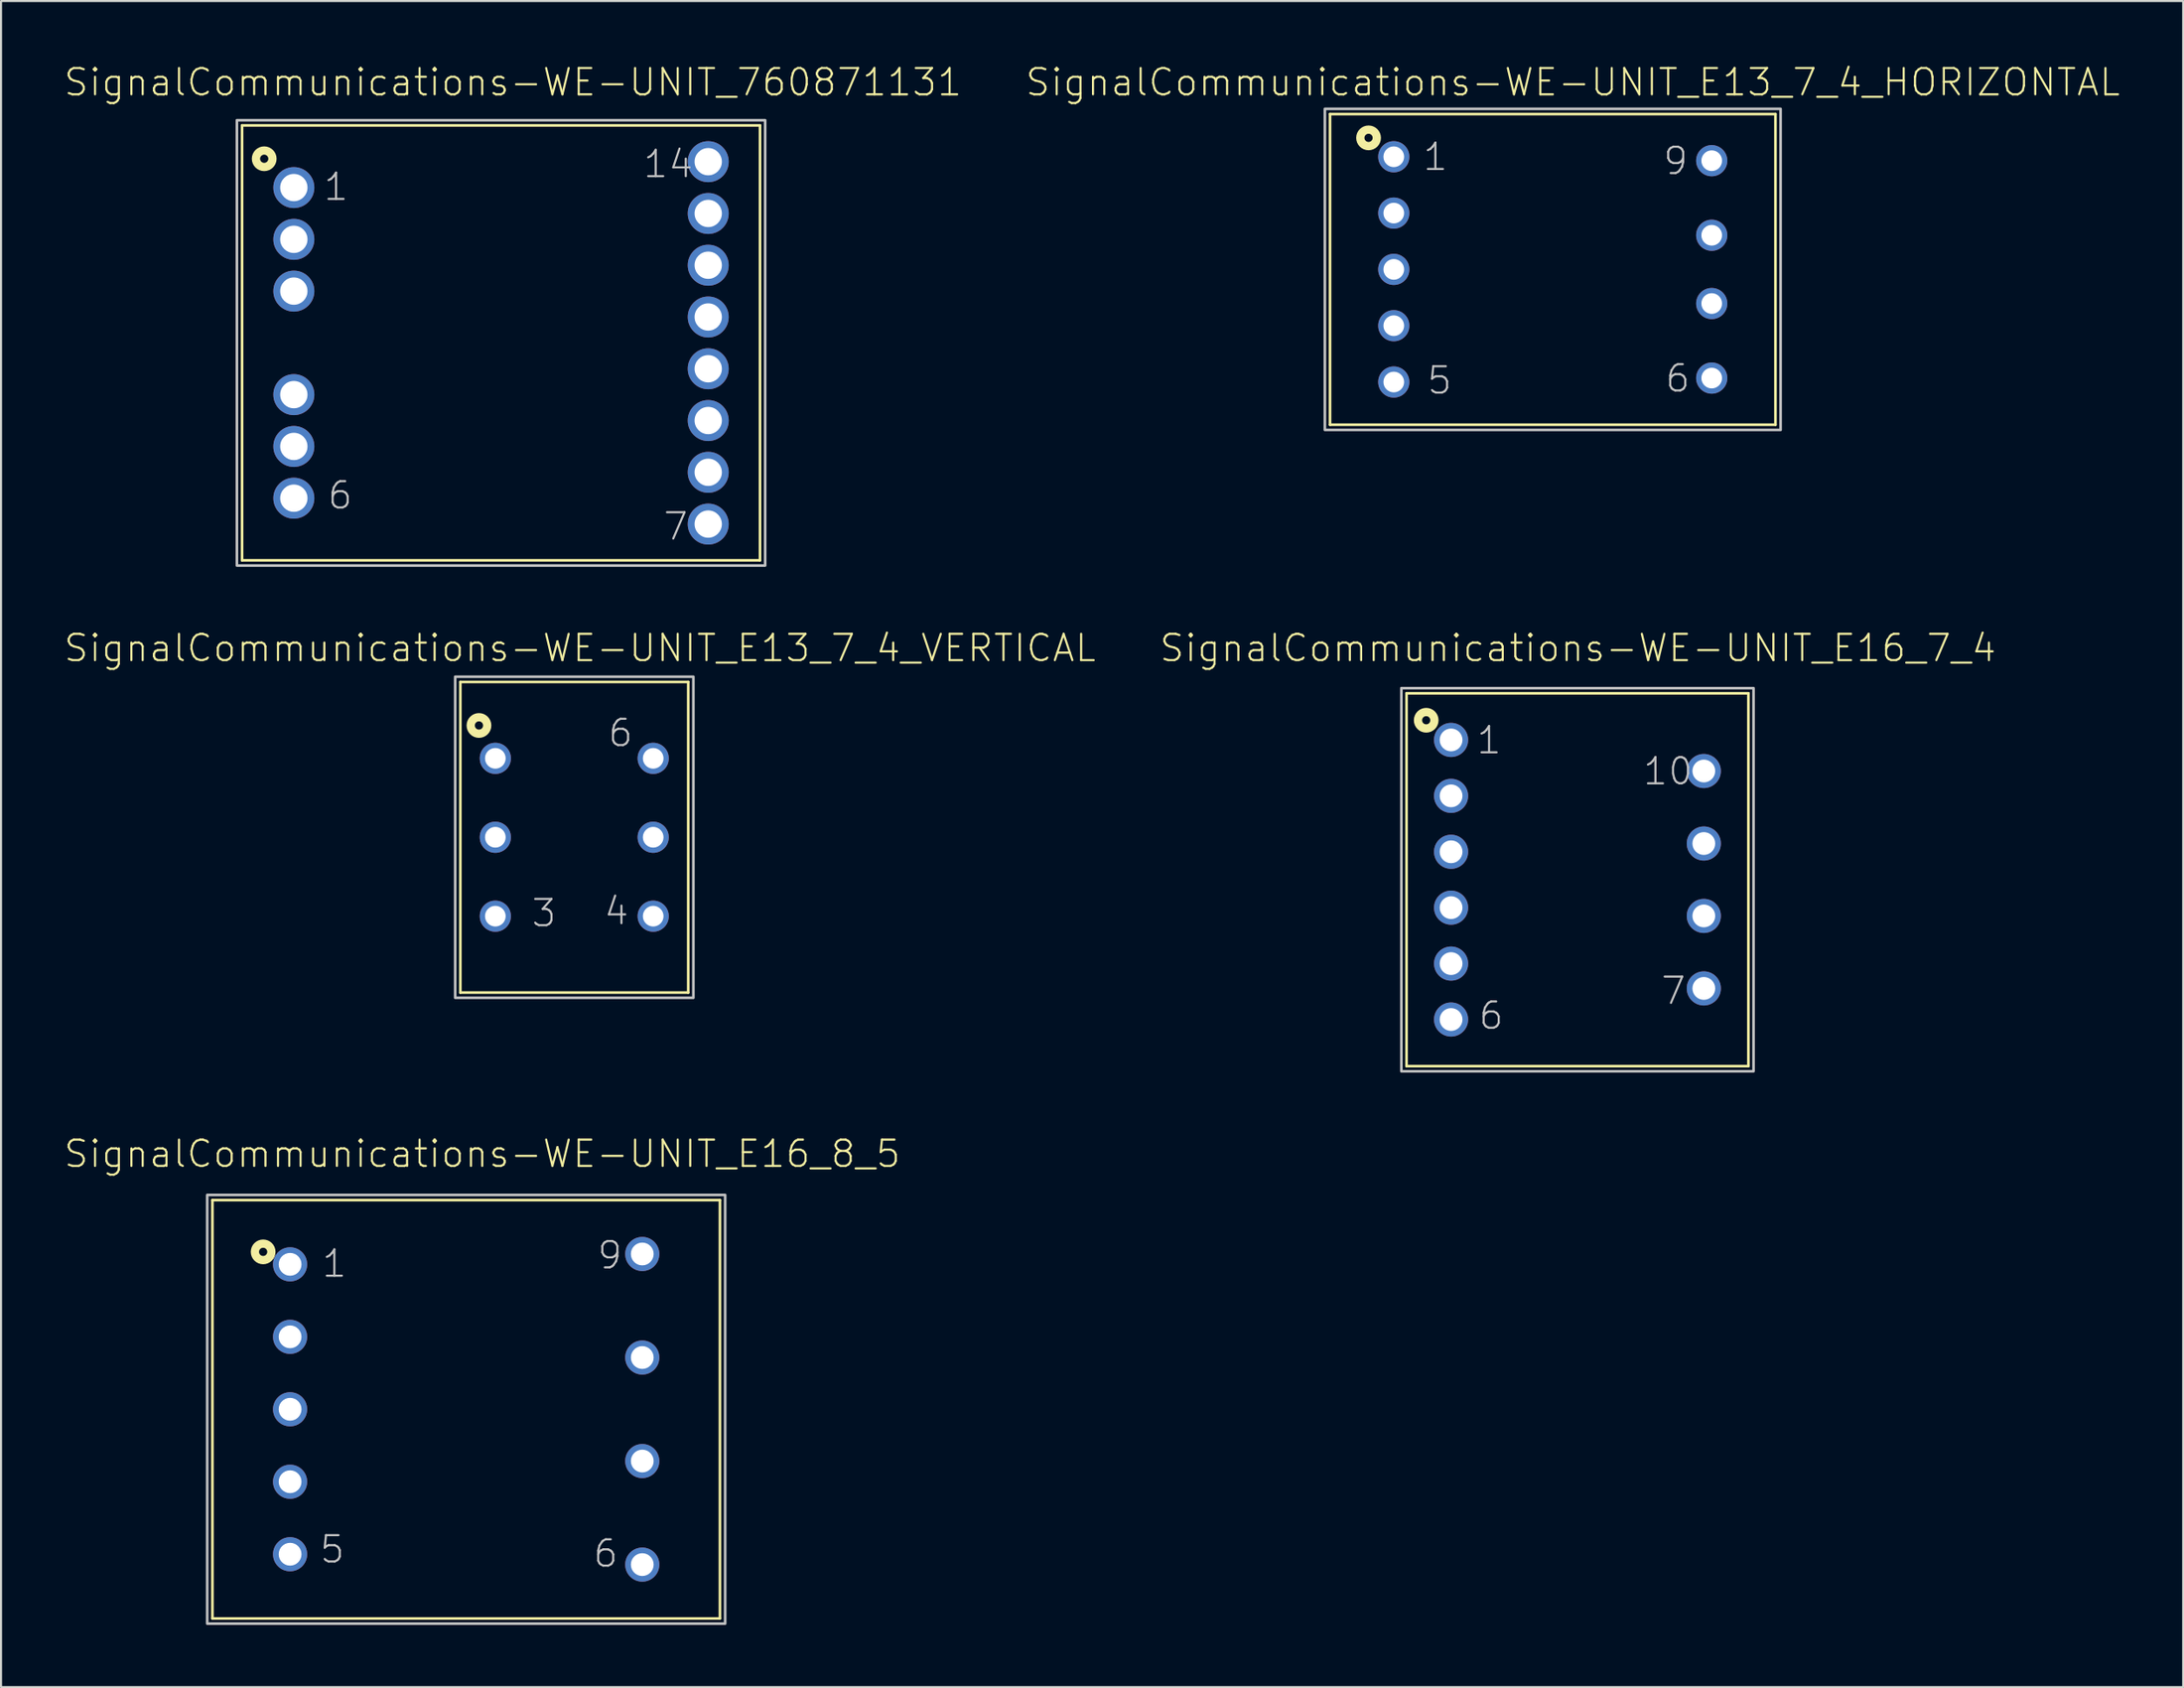
<source format=kicad_pcb>
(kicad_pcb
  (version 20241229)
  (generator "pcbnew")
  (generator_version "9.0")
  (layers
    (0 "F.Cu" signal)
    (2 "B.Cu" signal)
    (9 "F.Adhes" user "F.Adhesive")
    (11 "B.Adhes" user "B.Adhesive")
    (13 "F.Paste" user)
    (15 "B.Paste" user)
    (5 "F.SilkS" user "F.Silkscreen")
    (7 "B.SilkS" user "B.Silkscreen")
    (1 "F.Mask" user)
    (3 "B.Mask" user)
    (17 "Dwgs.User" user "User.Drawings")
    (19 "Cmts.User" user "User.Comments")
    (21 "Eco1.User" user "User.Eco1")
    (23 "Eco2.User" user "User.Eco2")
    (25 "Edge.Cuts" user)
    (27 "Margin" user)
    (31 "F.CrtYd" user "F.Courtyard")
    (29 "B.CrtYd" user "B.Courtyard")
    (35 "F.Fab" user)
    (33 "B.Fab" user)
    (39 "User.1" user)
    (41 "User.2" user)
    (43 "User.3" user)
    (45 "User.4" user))
  (footprint "SignalCommunications-WE-UNIT_E16_7_4"
    (layer "F.Cu")
    (at 73.085 39.422)
    (property "Reference" "SignalCommunications-WE-UNIT_E16_7_4" (at 0.023 -11.184 0) (layer "F.SilkS") (effects (font (size 1.27 1.27) (thickness 0.102))))
    (attr exclude_from_pos_files exclude_from_bom)
    (fp_line (start -8.25 -8.999) (end 8.25 -8.999) (stroke (width 0.127) (type solid)) (layer "F.SilkS"))
    (fp_line (start -8.25 8.999) (end -8.25 -8.999) (stroke (width 0.127) (type solid)) (layer "F.SilkS"))
    (fp_line (start -8.25 8.999) (end 8.25 8.999) (stroke (width 0.127) (type solid)) (layer "F.SilkS"))
    (fp_line (start 8.25 8.999) (end 8.25 -8.999) (stroke (width 0.127) (type solid)) (layer "F.SilkS"))
    (fp_circle (center -7.3 -7.699) (end -7.3 -7.897) (stroke (width 0.399) (type solid)) (fill no) (layer "F.SilkS"))
    (fp_poly (pts (xy -8.499 -9.248) (xy 8.499 -9.248) (xy 8.499 9.248) (xy -8.499 9.248) (xy -8.499 -9.248)) (stroke (width 0.127) (type solid)) (fill no) (layer "Dwgs.User"))
    (fp_text user "10" (at 4.369 -5.235 0) (layer "Dwgs.User") (effects (font (size 1.27 1.27) (thickness 0.102))))
    (fp_text user "1" (at -4.265 -6.734 0) (layer "Dwgs.User") (effects (font (size 1.27 1.27) (thickness 0.102))))
    (fp_text user "6" (at -4.163 6.563 0) (layer "Dwgs.User") (effects (font (size 1.27 1.27) (thickness 0.102))))
    (fp_text user "7" (at 4.633 5.364 0) (layer "Dwgs.User") (effects (font (size 1.27 1.27) (thickness 0.102))))
    (pad "1" thru_hole circle (at -6.099 -6.749) (size 1.648 1.648) (drill 1.1) (layers "*.Cu" "*.Paste" "*.Mask"))
    (pad "2" thru_hole circle (at -6.099 -4.049) (size 1.648 1.648) (drill 1.1) (layers "*.Cu" "*.Paste" "*.Mask"))
    (pad "3" thru_hole circle (at -6.099 -1.349) (size 1.648 1.648) (drill 1.1) (layers "*.Cu" "*.Paste" "*.Mask"))
    (pad "4" thru_hole circle (at -6.099 1.349) (size 1.648 1.648) (drill 1.1) (layers "*.Cu" "*.Paste" "*.Mask"))
    (pad "5" thru_hole circle (at -6.099 4.049) (size 1.648 1.648) (drill 1.1) (layers "*.Cu" "*.Paste" "*.Mask"))
    (pad "6" thru_hole circle (at -6.099 6.749) (size 1.648 1.648) (drill 1.1) (layers "*.Cu" "*.Paste" "*.Mask"))
    (pad "7" thru_hole circle (at 6.099 5.248) (size 1.648 1.648) (drill 1.1) (layers "*.Cu" "*.Paste" "*.Mask"))
    (pad "8" thru_hole circle (at 6.099 1.748) (size 1.648 1.648) (drill 1.1) (layers "*.Cu" "*.Paste" "*.Mask"))
    (pad "9" thru_hole circle (at 6.099 -1.748) (size 1.648 1.648) (drill 1.1) (layers "*.Cu" "*.Paste" "*.Mask"))
    (pad "10" thru_hole circle (at 6.099 -5.248) (size 1.648 1.648) (drill 1.1) (layers "*.Cu" "*.Paste" "*.Mask")))
  (footprint "SignalCommunications-WE-UNIT_E13_7_4_VERTICAL"
    (layer "F.Cu")
    (at 24.667 37.372)
    (property "Reference" "SignalCommunications-WE-UNIT_E13_7_4_VERTICAL" (at 0.274 -9.134 0) (layer "F.SilkS") (effects (font (size 1.27 1.27) (thickness 0.102))))
    (attr exclude_from_pos_files exclude_from_bom)
    (fp_line (start -5.499 -7.498) (end -5.499 7.498) (stroke (width 0.127) (type solid)) (layer "F.SilkS"))
    (fp_line (start 5.499 -7.498) (end -5.499 -7.498) (stroke (width 0.127) (type solid)) (layer "F.SilkS"))
    (fp_line (start 5.499 -7.498) (end 5.499 7.498) (stroke (width 0.127) (type solid)) (layer "F.SilkS"))
    (fp_line (start 5.499 7.498) (end -5.499 7.498) (stroke (width 0.127) (type solid)) (layer "F.SilkS"))
    (fp_circle (center -4.6 -5.397) (end -4.6 -5.596) (stroke (width 0.399) (type solid)) (fill no) (layer "F.SilkS"))
    (fp_poly (pts (xy 5.748 -7.75) (xy 5.748 7.75) (xy -5.748 7.75) (xy -5.748 -7.75) (xy 5.748 -7.75)) (stroke (width 0.127) (type solid)) (fill no) (layer "Dwgs.User"))
    (fp_text user "6" (at 2.233 -5.034 0) (layer "Dwgs.User") (effects (font (size 1.27 1.27) (thickness 0.102))))
    (fp_text user "3" (at -1.463 3.663 0) (layer "Dwgs.User") (effects (font (size 1.27 1.27) (thickness 0.102))))
    (fp_text user "4" (at 2.035 3.564 0) (layer "Dwgs.User") (effects (font (size 1.27 1.27) (thickness 0.102))))
    (pad "1" thru_hole circle (at -3.81 -3.81) (size 1.506 1.506) (drill 0.998) (layers "*.Cu" "*.Paste" "*.Mask"))
    (pad "2" thru_hole circle (at -3.81 0) (size 1.506 1.506) (drill 0.998) (layers "*.Cu" "*.Paste" "*.Mask"))
    (pad "3" thru_hole circle (at -3.81 3.81) (size 1.506 1.506) (drill 0.998) (layers "*.Cu" "*.Paste" "*.Mask"))
    (pad "4" thru_hole circle (at 3.81 3.81) (size 1.506 1.506) (drill 0.998) (layers "*.Cu" "*.Paste" "*.Mask"))
    (pad "5" thru_hole circle (at 3.81 0) (size 1.506 1.506) (drill 0.998) (layers "*.Cu" "*.Paste" "*.Mask"))
    (pad "6" thru_hole circle (at 3.81 -3.81) (size 1.506 1.506) (drill 0.998) (layers "*.Cu" "*.Paste" "*.Mask")))
  (footprint "SignalCommunications-WE-UNIT_E16_8_5"
    (layer "F.Cu")
    (at 19.45 64.989)
    (property "Reference" "SignalCommunications-WE-UNIT_E16_8_5" (at 0.775 -12.334 0) (layer "F.SilkS") (effects (font (size 1.27 1.27) (thickness 0.102))))
    (attr exclude_from_pos_files exclude_from_bom)
    (fp_line (start -12.248 -10.099) (end -12.248 10.099) (stroke (width 0.127) (type solid)) (layer "F.SilkS"))
    (fp_line (start -12.248 -10.099) (end 12.248 -10.099) (stroke (width 0.127) (type solid)) (layer "F.SilkS"))
    (fp_line (start -12.248 10.099) (end 12.248 10.099) (stroke (width 0.127) (type solid)) (layer "F.SilkS"))
    (fp_line (start 12.248 -10.099) (end 12.248 10.099) (stroke (width 0.127) (type solid)) (layer "F.SilkS"))
    (fp_circle (center -9.799 -7.6) (end -9.799 -7.798) (stroke (width 0.399) (type solid)) (fill no) (layer "F.SilkS"))
    (fp_poly (pts (xy -12.499 -10.348) (xy 12.499 -10.348) (xy 12.499 10.348) (xy -12.499 10.348) (xy -12.499 -10.348)) (stroke (width 0.127) (type solid)) (fill no) (layer "Dwgs.User"))
    (fp_text user "5" (at -6.464 6.764 0) (layer "Dwgs.User") (effects (font (size 1.27 1.27) (thickness 0.102))))
    (fp_text user "6" (at 6.734 6.965 0) (layer "Dwgs.User") (effects (font (size 1.27 1.27) (thickness 0.102))))
    (fp_text user "9" (at 6.934 -7.435 0) (layer "Dwgs.User") (effects (font (size 1.27 1.27) (thickness 0.102))))
    (fp_text user "1" (at -6.363 -7.033 0) (layer "Dwgs.User") (effects (font (size 1.27 1.27) (thickness 0.102))))
    (pad "1" thru_hole circle (at -8.499 -6.998) (size 1.648 1.648) (drill 1.1) (layers "*.Cu" "*.Paste" "*.Mask"))
    (pad "2" thru_hole circle (at -8.499 -3.498) (size 1.648 1.648) (drill 1.1) (layers "*.Cu" "*.Paste" "*.Mask"))
    (pad "3" thru_hole circle (at -8.499 0) (size 1.648 1.648) (drill 1.1) (layers "*.Cu" "*.Paste" "*.Mask"))
    (pad "4" thru_hole circle (at -8.499 3.498) (size 1.648 1.648) (drill 1.1) (layers "*.Cu" "*.Paste" "*.Mask"))
    (pad "5" thru_hole circle (at -8.499 6.998) (size 1.648 1.648) (drill 1.1) (layers "*.Cu" "*.Paste" "*.Mask"))
    (pad "6" thru_hole circle (at 8.499 7.498) (size 1.648 1.648) (drill 1.1) (layers "*.Cu" "*.Paste" "*.Mask"))
    (pad "7" thru_hole circle (at 8.499 2.499) (size 1.648 1.648) (drill 1.1) (layers "*.Cu" "*.Paste" "*.Mask"))
    (pad "8" thru_hole circle (at 8.499 -2.499) (size 1.648 1.648) (drill 1.1) (layers "*.Cu" "*.Paste" "*.Mask"))
    (pad "9" thru_hole circle (at 8.499 -7.498) (size 1.648 1.648) (drill 1.1) (layers "*.Cu" "*.Paste" "*.Mask")))
  (footprint "SignalCommunications-WE-UNIT_E13_7_4_HORIZONTAL"
    (layer "F.Cu")
    (at 71.893 9.956)
    (property "Reference" "SignalCommunications-WE-UNIT_E13_7_4_HORIZONTAL" (at 0.973 -9.035 0) (layer "F.SilkS") (effects (font (size 1.27 1.27) (thickness 0.102))))
    (attr exclude_from_pos_files exclude_from_bom)
    (fp_line (start -10.749 -7.498) (end -10.749 7.498) (stroke (width 0.127) (type solid)) (layer "F.SilkS"))
    (fp_line (start -10.749 -7.498) (end 10.749 -7.498) (stroke (width 0.127) (type solid)) (layer "F.SilkS"))
    (fp_line (start -10.749 7.498) (end 10.749 7.498) (stroke (width 0.127) (type solid)) (layer "F.SilkS"))
    (fp_line (start 10.749 -7.498) (end 10.749 7.498) (stroke (width 0.127) (type solid)) (layer "F.SilkS"))
    (fp_circle (center -8.89 -6.35) (end -8.89 -6.548) (stroke (width 0.399) (type solid)) (fill no) (layer "F.SilkS"))
    (fp_poly (pts (xy -10.998 -7.75) (xy 10.998 -7.75) (xy 10.998 7.75) (xy -10.998 7.75) (xy -10.998 -7.75)) (stroke (width 0.127) (type solid)) (fill no) (layer "Dwgs.User"))
    (fp_text user "9" (at 5.933 -5.235 0) (layer "Dwgs.User") (effects (font (size 1.27 1.27) (thickness 0.102))))
    (fp_text user "5" (at -5.464 5.364 0) (layer "Dwgs.User") (effects (font (size 1.27 1.27) (thickness 0.102))))
    (fp_text user "6" (at 6.032 5.263 0) (layer "Dwgs.User") (effects (font (size 1.27 1.27) (thickness 0.102))))
    (fp_text user "1" (at -5.664 -5.433 0) (layer "Dwgs.User") (effects (font (size 1.27 1.27) (thickness 0.102))))
    (pad "1" thru_hole circle (at -7.673 -5.438) (size 1.506 1.506) (drill 0.998) (layers "*.Cu" "*.Paste" "*.Mask"))
    (pad "2" thru_hole circle (at -7.673 -2.718) (size 1.506 1.506) (drill 0.998) (layers "*.Cu" "*.Paste" "*.Mask"))
    (pad "3" thru_hole circle (at -7.673 0) (size 1.506 1.506) (drill 0.998) (layers "*.Cu" "*.Paste" "*.Mask"))
    (pad "4" thru_hole circle (at -7.673 2.718) (size 1.506 1.506) (drill 0.998) (layers "*.Cu" "*.Paste" "*.Mask"))
    (pad "5" thru_hole circle (at -7.673 5.438) (size 1.506 1.506) (drill 0.998) (layers "*.Cu" "*.Paste" "*.Mask"))
    (pad "6" thru_hole circle (at 7.673 5.248) (size 1.506 1.506) (drill 0.998) (layers "*.Cu" "*.Paste" "*.Mask"))
    (pad "7" thru_hole circle (at 7.673 1.648) (size 1.506 1.506) (drill 0.998) (layers "*.Cu" "*.Paste" "*.Mask"))
    (pad "8" thru_hole circle (at 7.673 -1.648) (size 1.506 1.506) (drill 0.998) (layers "*.Cu" "*.Paste" "*.Mask"))
    (pad "9" thru_hole circle (at 7.673 -5.248) (size 1.506 1.506) (drill 0.998) (layers "*.Cu" "*.Paste" "*.Mask")))
  (footprint "SignalCommunications-WE-UNIT_760871131"
    (layer "F.Cu")
    (at 21.132 13.504)
    (property "Reference" "SignalCommunications-WE-UNIT_760871131" (at 0.574 -12.583 0) (layer "F.SilkS") (effects (font (size 1.27 1.27) (thickness 0.102))))
    (attr exclude_from_pos_files exclude_from_bom)
    (fp_line (start -12.499 -10.498) (end -12.499 10.498) (stroke (width 0.127) (type solid)) (layer "F.SilkS"))
    (fp_line (start -12.499 -10.498) (end 12.499 -10.498) (stroke (width 0.127) (type solid)) (layer "F.SilkS"))
    (fp_line (start -12.499 10.498) (end 12.499 10.498) (stroke (width 0.127) (type solid)) (layer "F.SilkS"))
    (fp_line (start 12.499 -10.498) (end 12.499 10.498) (stroke (width 0.127) (type solid)) (layer "F.SilkS"))
    (fp_circle (center -11.43 -8.89) (end -11.43 -9.088) (stroke (width 0.399) (type solid)) (fill no) (layer "F.SilkS"))
    (fp_poly (pts (xy -12.748 -10.749) (xy 12.748 -10.749) (xy 12.748 10.749) (xy -12.748 10.749) (xy -12.748 -10.749)) (stroke (width 0.127) (type solid)) (fill no) (layer "Dwgs.User"))
    (fp_text user "14" (at 8.07 -8.633 0) (layer "Dwgs.User") (effects (font (size 1.27 1.27) (thickness 0.102))))
    (fp_text user "7" (at 8.433 8.865 0) (layer "Dwgs.User") (effects (font (size 1.27 1.27) (thickness 0.102))))
    (fp_text user "1" (at -7.963 -7.534 0) (layer "Dwgs.User") (effects (font (size 1.27 1.27) (thickness 0.102))))
    (fp_text user "6" (at -7.765 7.363 0) (layer "Dwgs.User") (effects (font (size 1.27 1.27) (thickness 0.102))))
    (pad "1" thru_hole circle (at -10 -7.498) (size 1.979 1.979) (drill 1.318) (layers "*.Cu" "*.Paste" "*.Mask"))
    (pad "2" thru_hole circle (at -10 -4.999) (size 1.979 1.979) (drill 1.318) (layers "*.Cu" "*.Paste" "*.Mask"))
    (pad "3" thru_hole circle (at -10 -2.499) (size 1.979 1.979) (drill 1.318) (layers "*.Cu" "*.Paste" "*.Mask"))
    (pad "4" thru_hole circle (at -10 2.499) (size 1.979 1.979) (drill 1.318) (layers "*.Cu" "*.Paste" "*.Mask"))
    (pad "5" thru_hole circle (at -10 4.999) (size 1.979 1.979) (drill 1.318) (layers "*.Cu" "*.Paste" "*.Mask"))
    (pad "6" thru_hole circle (at -10 7.498) (size 1.979 1.979) (drill 1.318) (layers "*.Cu" "*.Paste" "*.Mask"))
    (pad "7" thru_hole circle (at 10 8.748) (size 1.979 1.979) (drill 1.318) (layers "*.Cu" "*.Paste" "*.Mask"))
    (pad "8" thru_hole circle (at 10 6.248) (size 1.979 1.979) (drill 1.318) (layers "*.Cu" "*.Paste" "*.Mask"))
    (pad "9" thru_hole circle (at 10 3.749) (size 1.979 1.979) (drill 1.318) (layers "*.Cu" "*.Paste" "*.Mask"))
    (pad "10" thru_hole circle (at 10 1.25) (size 1.979 1.979) (drill 1.318) (layers "*.Cu" "*.Paste" "*.Mask"))
    (pad "11" thru_hole circle (at 10 -1.25) (size 1.979 1.979) (drill 1.318) (layers "*.Cu" "*.Paste" "*.Mask"))
    (pad "12" thru_hole circle (at 10 -3.749) (size 1.979 1.979) (drill 1.318) (layers "*.Cu" "*.Paste" "*.Mask"))
    (pad "13" thru_hole circle (at 10 -6.248) (size 1.979 1.979) (drill 1.318) (layers "*.Cu" "*.Paste" "*.Mask"))
    (pad "14" thru_hole circle (at 10 -8.748) (size 1.979 1.979) (drill 1.318) (layers "*.Cu" "*.Paste" "*.Mask")))
  (gr_rect
    (start -3 -3)
    (end 102.319 78.401)
    (stroke (width 0.1) (type default))
    (fill no)
    (layer "Edge.Cuts")))
</source>
